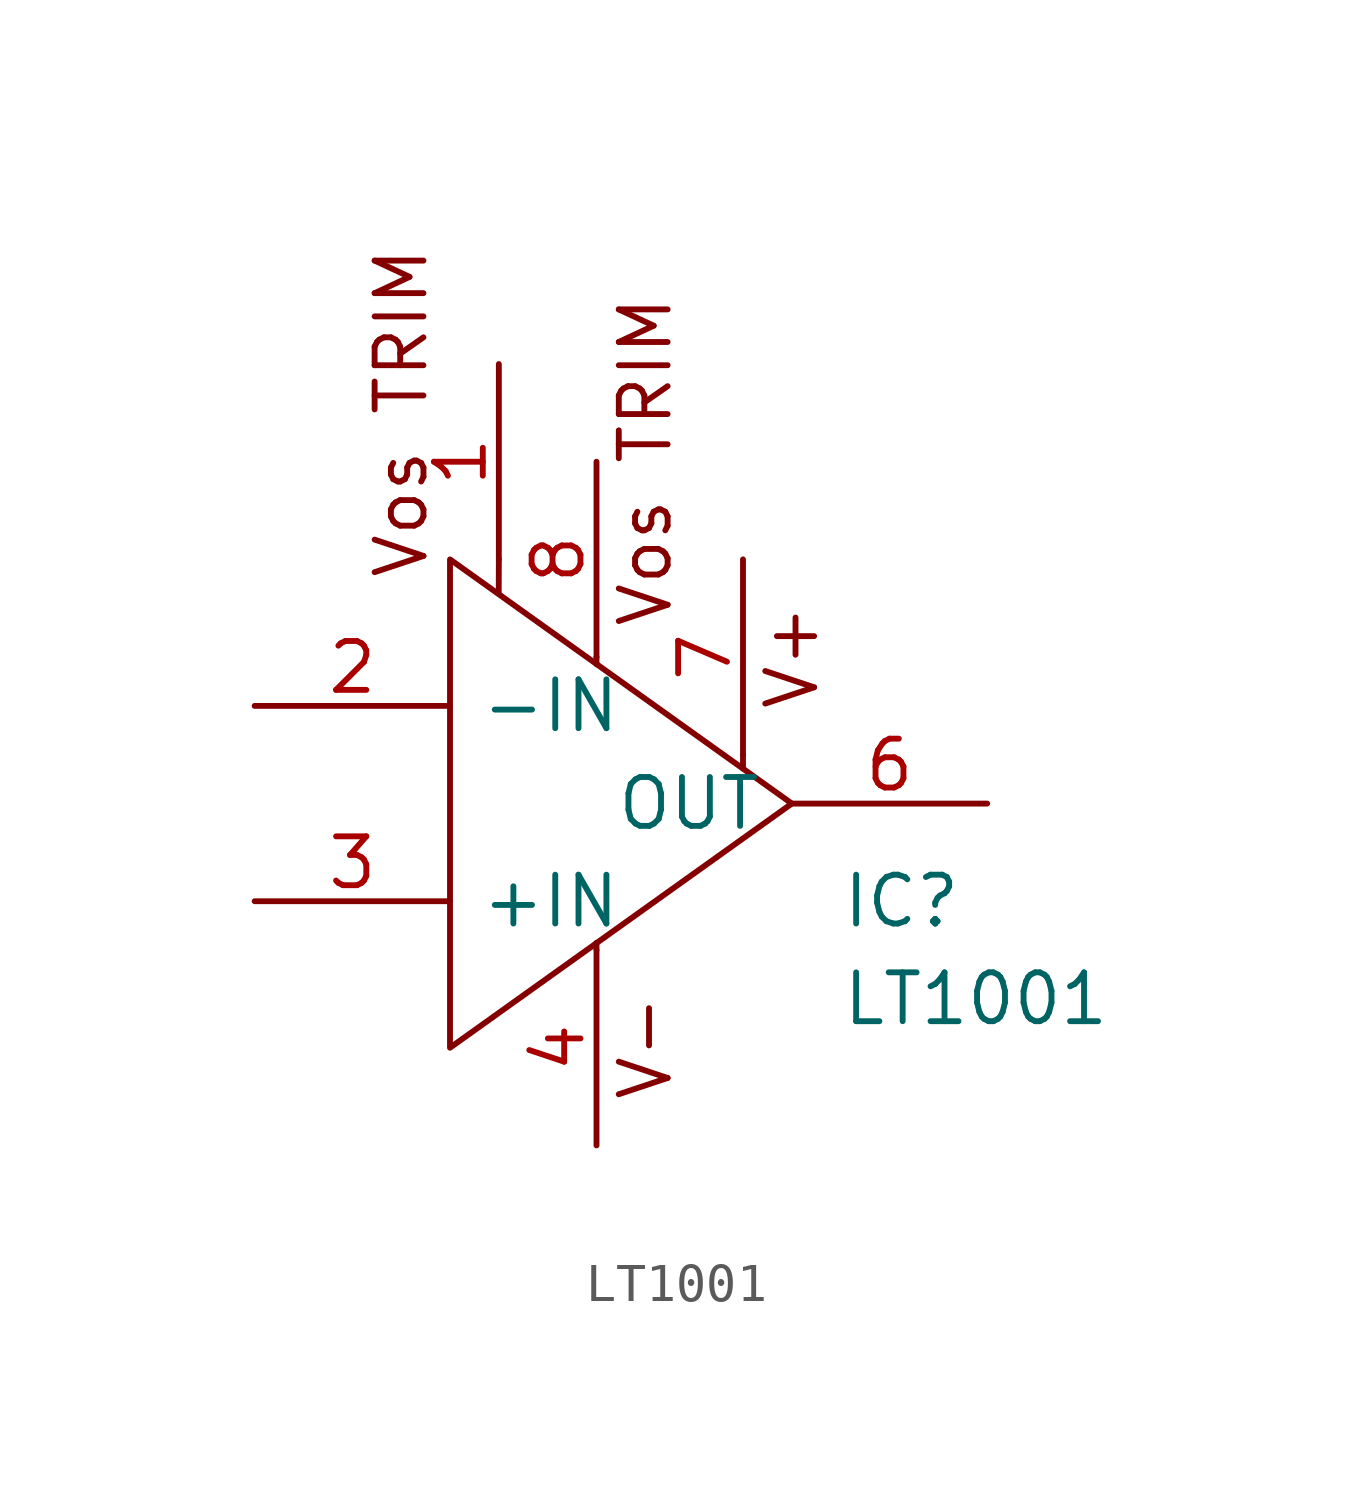
<source format=kicad_sym>
(kicad_symbol_lib
  (version 20211014)
  (generator kicad_symbol_editor)
  (symbol "LT1001"
    (pin_names
      (offset 0.762))
    (property "Reference" "IC"
      (at 15.24 -6.35 0)
      (effects (font (size 1.27 1.27)) (justify left)))
    (property "Value" "LT1001"
      (at 15.24 -8.89 0)
      (effects (font (size 1.27 1.27)) (justify left)))
    (symbol "LT1001_0_0"
      (polyline (pts (xy 6.347 1.665) (xy 6.35 2.54)) (stroke (width 0.152) (type default) (color 0 0 0 0)) (fill (type none)))
      (polyline (pts (xy 8.89 -7.43) (xy 8.89 -7.62)) (stroke (width 0.152) (type default) (color 0 0 0 0)) (fill (type none)))
      (polyline (pts (xy 8.89 -0.187) (xy 8.89 0)) (stroke (width 0.152) (type default) (color 0 0 0 0)) (fill (type none)))
      (polyline (pts (xy 12.7 -2.894) (xy 12.7 -2.54)) (stroke (width 0.152) (type default) (color 0 0 0 0)) (fill (type none)))
      (text "V+" (at 13.97 0 900) (effects (font (size 1.27 1.27))))
      (text "V-" (at 10.16 -10.16 900) (effects (font (size 1.27 1.27))))
      (text "Vos TRIM" (at 3.81 6.35 900) (effects (font (size 1.27 1.27))))
      (text "Vos TRIM" (at 10.16 5.08 900) (effects (font (size 1.27 1.27))))
      (pin passive line (at 6.35 7.62 270) (length 5.08) (name "" (effects (font (size 1.27 1.27)))) (number "1" (effects (font (size 1.27 1.27)))))
      (pin passive line (at 0 -1.27 0) (length 5.08) (name "-IN" (effects (font (size 1.27 1.27)))) (number "2" (effects (font (size 1.27 1.27)))))
      (pin passive line (at 0 -6.35 0) (length 5.08) (name "+IN" (effects (font (size 1.27 1.27)))) (number "3" (effects (font (size 1.27 1.27)))))
      (pin passive line (at 8.89 -12.7 90) (length 5.08) (name "" (effects (font (size 1.27 1.27)))) (number "4" (effects (font (size 1.27 1.27)))))
      (pin no_connect line (at 13.97 -12.7 90) (length 5.08) hide (name "NC" (effects (font (size 1.27 1.27)))) (number "5" (effects (font (size 1.27 1.27)))))
      (pin passive line (at 19.05 -3.81 180) (length 5.08) (name "OUT" (effects (font (size 1.27 1.27)))) (number "6" (effects (font (size 1.27 1.27)))))
      (pin passive line (at 12.7 2.54 270) (length 5.08) (name "" (effects (font (size 1.27 1.27)))) (number "7" (effects (font (size 1.27 1.27)))))
      (pin passive line (at 8.89 5.08 270) (length 5.08) (name "" (effects (font (size 1.27 1.27)))) (number "8" (effects (font (size 1.27 1.27))))))
    (symbol "LT1001_0_1"
      (polyline (pts (xy 5.08 2.54) (xy 13.97 -3.81) (xy 5.08 -10.16) (xy 5.08 2.54)) (stroke (width 0.152) (type default) (color 0 0 0 0)) (fill (type none))))))
</source>
